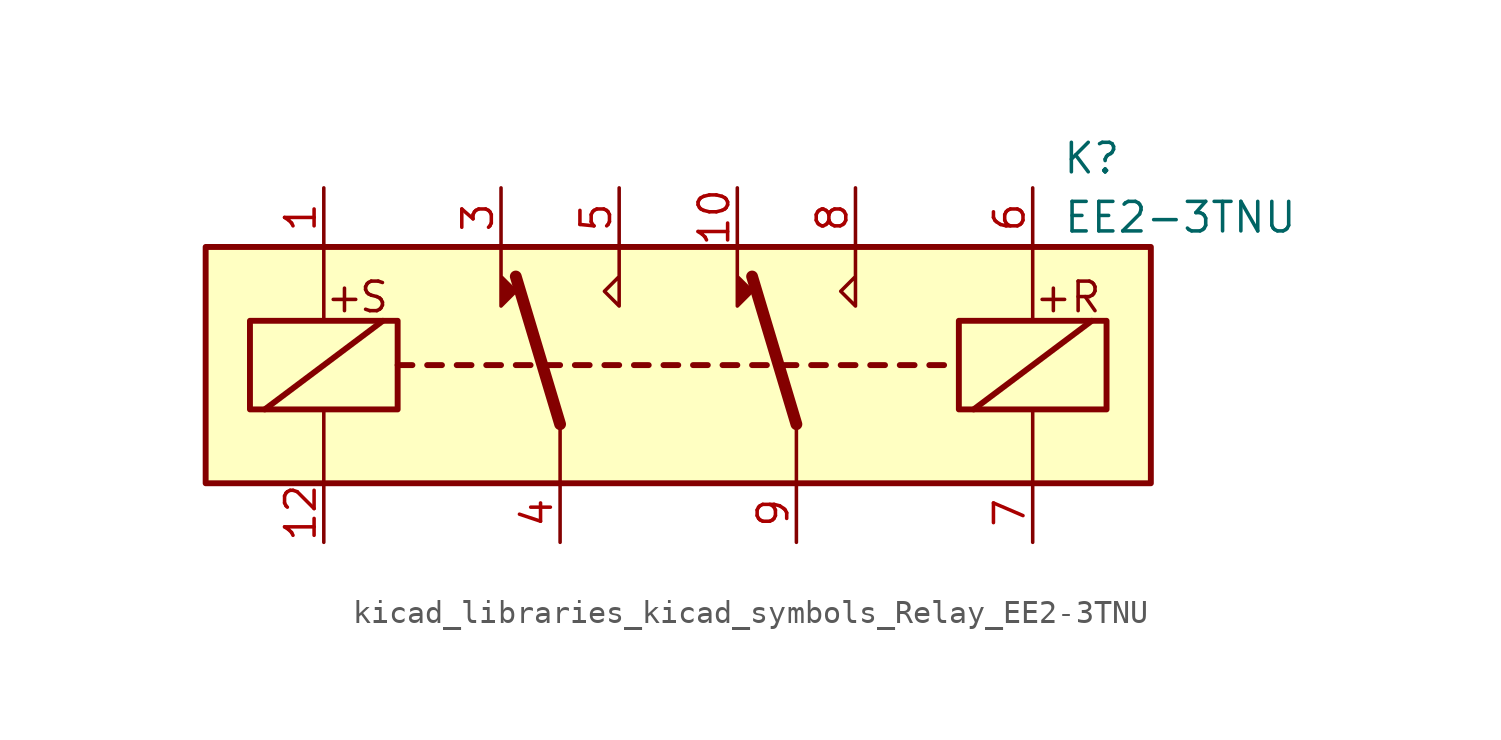
<source format=kicad_sym>
(kicad_symbol_lib
  (version 20220914)
  (generator kicad_symbol_editor)
  (symbol "kicad_libraries_kicad_symbols_Relay_EE2-3TNU"
    (property "Reference" "K"
      (at 17.78 8.89 0)
      (effects (font (size 1.27 1.27))))
    (property "Value" "EE2-3TNU"
      (at 21.59 6.35 0)
      (effects (font (size 1.27 1.27))))
    (symbol "kicad_libraries_kicad_symbols_Relay_EE2-3TNU_1_1"
      (rectangle (start -20.32 5.08) (end 20.32 -5.08) (stroke (width 0.254) (type default)) (fill (type background)))
      (rectangle (start -18.415 1.905) (end -12.065 -1.905) (stroke (width 0.254) (type default)) (fill (type none)))
      (polyline (pts (xy -17.78 -1.905) (xy -12.7 1.905)) (stroke (width 0.254) (type default)) (fill (type none)))
      (polyline (pts (xy -15.24 -5.08) (xy -15.24 -1.905)) (stroke (width 0) (type default)) (fill (type none)))
      (polyline (pts (xy -15.24 5.08) (xy -15.24 1.905)) (stroke (width 0) (type default)) (fill (type none)))
      (polyline (pts (xy -12.065 0) (xy -11.43 0)) (stroke (width 0.254) (type default)) (fill (type none)))
      (polyline (pts (xy -10.795 0) (xy -10.16 0)) (stroke (width 0.254) (type default)) (fill (type none)))
      (polyline (pts (xy -9.525 0) (xy -8.89 0)) (stroke (width 0.254) (type default)) (fill (type none)))
      (polyline (pts (xy -8.255 0) (xy -7.62 0)) (stroke (width 0.254) (type default)) (fill (type none)))
      (polyline (pts (xy -6.985 0) (xy -6.35 0)) (stroke (width 0.254) (type default)) (fill (type none)))
      (polyline (pts (xy -5.715 0) (xy -5.08 0)) (stroke (width 0.254) (type default)) (fill (type none)))
      (polyline (pts (xy -5.08 -2.54) (xy -6.985 3.81)) (stroke (width 0.508) (type default)) (fill (type none)))
      (polyline (pts (xy -5.08 -2.54) (xy -5.08 -5.08)) (stroke (width 0) (type default)) (fill (type none)))
      (polyline (pts (xy -4.445 0) (xy -3.81 0)) (stroke (width 0.254) (type default)) (fill (type none)))
      (polyline (pts (xy -3.175 0) (xy -2.54 0)) (stroke (width 0.254) (type default)) (fill (type none)))
      (polyline (pts (xy -1.905 0) (xy -1.27 0)) (stroke (width 0.254) (type default)) (fill (type none)))
      (polyline (pts (xy -0.635 0) (xy 0 0)) (stroke (width 0.254) (type default)) (fill (type none)))
      (polyline (pts (xy 0.635 0) (xy 1.27 0)) (stroke (width 0.254) (type default)) (fill (type none)))
      (polyline (pts (xy 1.905 0) (xy 2.54 0)) (stroke (width 0.254) (type default)) (fill (type none)))
      (polyline (pts (xy 3.175 0) (xy 3.81 0)) (stroke (width 0.254) (type default)) (fill (type none)))
      (polyline (pts (xy 4.445 0) (xy 5.08 0)) (stroke (width 0.254) (type default)) (fill (type none)))
      (polyline (pts (xy 5.08 -2.54) (xy 3.175 3.81)) (stroke (width 0.508) (type default)) (fill (type none)))
      (polyline (pts (xy 5.08 -2.54) (xy 5.08 -5.08)) (stroke (width 0) (type default)) (fill (type none)))
      (polyline (pts (xy 5.715 0) (xy 6.35 0)) (stroke (width 0.254) (type default)) (fill (type none)))
      (polyline (pts (xy 6.985 0) (xy 7.62 0)) (stroke (width 0.254) (type default)) (fill (type none)))
      (polyline (pts (xy 8.255 0) (xy 8.89 0)) (stroke (width 0.254) (type default)) (fill (type none)))
      (polyline (pts (xy 9.525 0) (xy 10.16 0)) (stroke (width 0.254) (type default)) (fill (type none)))
      (polyline (pts (xy 10.795 0) (xy 11.43 0)) (stroke (width 0.254) (type default)) (fill (type none)))
      (polyline (pts (xy 12.7 -1.905) (xy 17.78 1.905)) (stroke (width 0.254) (type default)) (fill (type none)))
      (polyline (pts (xy 15.24 -5.08) (xy 15.24 -1.905)) (stroke (width 0) (type default)) (fill (type none)))
      (polyline (pts (xy 15.24 5.08) (xy 15.24 1.905)) (stroke (width 0) (type default)) (fill (type none)))
      (polyline (pts (xy -7.62 5.08) (xy -7.62 2.54) (xy -6.985 3.175) (xy -7.62 3.81)) (stroke (width 0) (type default)) (fill (type outline)))
      (polyline (pts (xy -2.54 5.08) (xy -2.54 2.54) (xy -3.175 3.175) (xy -2.54 3.81)) (stroke (width 0) (type default)) (fill (type none)))
      (polyline (pts (xy 2.54 5.08) (xy 2.54 2.54) (xy 3.175 3.175) (xy 2.54 3.81)) (stroke (width 0) (type default)) (fill (type outline)))
      (polyline (pts (xy 7.62 5.08) (xy 7.62 2.54) (xy 6.985 3.175) (xy 7.62 3.81)) (stroke (width 0) (type default)) (fill (type none)))
      (rectangle (start 12.065 1.905) (end 18.415 -1.905) (stroke (width 0.254) (type default)) (fill (type none)))
      (text "+" (at -14.351 2.921 0) (effects (font (size 1.27 1.27))))
      (text "+" (at 16.129 2.921 0) (effects (font (size 1.27 1.27))))
      (text "R" (at 17.526 2.921 0) (effects (font (size 1.27 1.27))))
      (text "S" (at -13.081 2.921 0) (effects (font (size 1.27 1.27))))
      (pin passive line (at -15.24 7.62 270) (length 2.54) (name "~" (effects (font (size 1.27 1.27)))) (number "1" (effects (font (size 1.27 1.27)))))
      (pin passive line (at 2.54 7.62 270) (length 2.54) (name "~" (effects (font (size 1.27 1.27)))) (number "10" (effects (font (size 1.27 1.27)))))
      (pin passive line (at -15.24 -7.62 90) (length 2.54) (name "~" (effects (font (size 1.27 1.27)))) (number "12" (effects (font (size 1.27 1.27)))))
      (pin passive line (at -7.62 7.62 270) (length 2.54) (name "~" (effects (font (size 1.27 1.27)))) (number "3" (effects (font (size 1.27 1.27)))))
      (pin passive line (at -5.08 -7.62 90) (length 2.54) (name "~" (effects (font (size 1.27 1.27)))) (number "4" (effects (font (size 1.27 1.27)))))
      (pin passive line (at -2.54 7.62 270) (length 2.54) (name "~" (effects (font (size 1.27 1.27)))) (number "5" (effects (font (size 1.27 1.27)))))
      (pin passive line (at 15.24 7.62 270) (length 2.54) (name "~" (effects (font (size 1.27 1.27)))) (number "6" (effects (font (size 1.27 1.27)))))
      (pin passive line (at 15.24 -7.62 90) (length 2.54) (name "~" (effects (font (size 1.27 1.27)))) (number "7" (effects (font (size 1.27 1.27)))))
      (pin passive line (at 7.62 7.62 270) (length 2.54) (name "~" (effects (font (size 1.27 1.27)))) (number "8" (effects (font (size 1.27 1.27)))))
      (pin passive line (at 5.08 -7.62 90) (length 2.54) (name "~" (effects (font (size 1.27 1.27)))) (number "9" (effects (font (size 1.27 1.27))))))))
</source>
